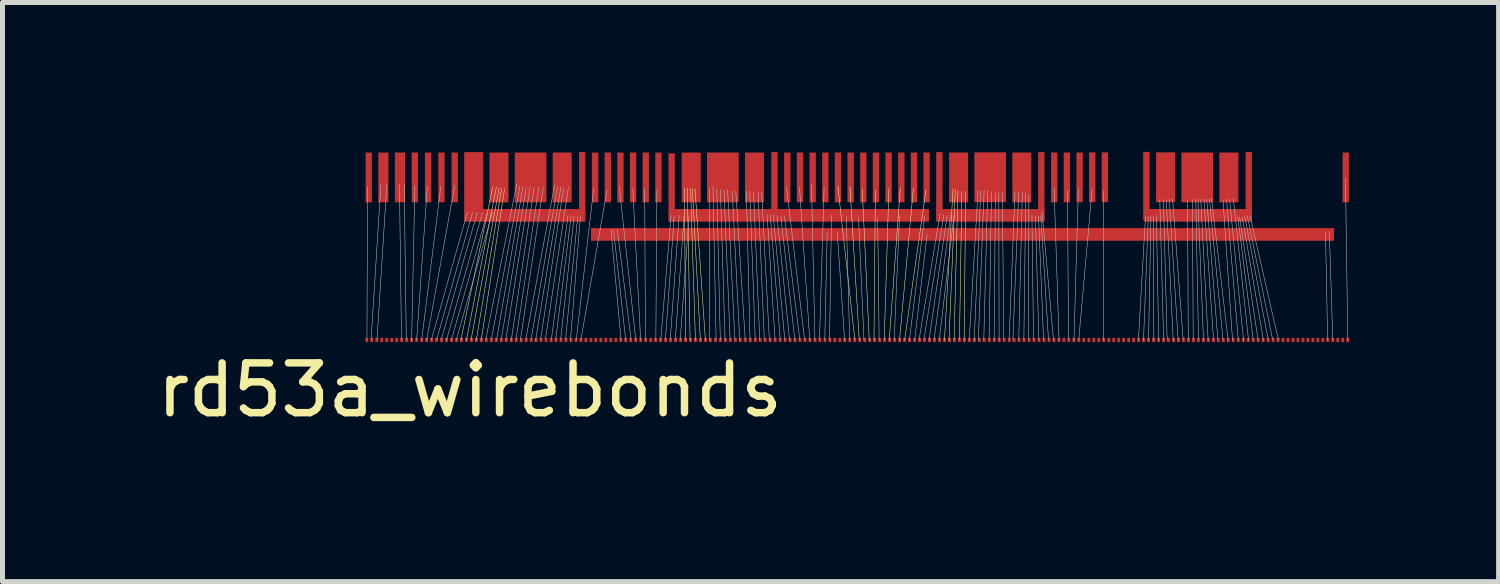
<source format=kicad_pcb>
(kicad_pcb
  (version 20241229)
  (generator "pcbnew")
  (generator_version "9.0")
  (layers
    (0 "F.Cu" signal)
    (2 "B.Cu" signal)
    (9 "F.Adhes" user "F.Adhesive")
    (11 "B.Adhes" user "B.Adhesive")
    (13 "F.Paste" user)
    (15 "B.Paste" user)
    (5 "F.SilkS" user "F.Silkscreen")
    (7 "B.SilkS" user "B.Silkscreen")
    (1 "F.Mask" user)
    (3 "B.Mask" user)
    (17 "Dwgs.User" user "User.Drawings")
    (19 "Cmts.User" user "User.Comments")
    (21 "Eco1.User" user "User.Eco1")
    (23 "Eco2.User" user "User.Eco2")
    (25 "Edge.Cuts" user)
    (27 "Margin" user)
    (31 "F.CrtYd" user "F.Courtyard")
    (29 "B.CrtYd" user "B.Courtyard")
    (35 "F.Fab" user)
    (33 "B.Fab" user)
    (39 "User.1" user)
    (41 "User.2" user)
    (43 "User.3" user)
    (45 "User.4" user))
  (footprint "rd53a_wirebonds"
    (layer "F.Cu")
    (at 4.342 2.113)
    (property "Reference" "rd53a_wirebonds" (at 2.045 2.67 0) (layer "F.SilkS") (effects (font (size 1 1) (thickness 0.15))))
    (attr through_hole)
    (fp_line (start 1.864 1.664) (end 2.507 -1.42) (stroke (width 0.01) (type solid)) (layer "F.SilkS"))
    (fp_line (start 1.976 1.664) (end 2.576 -1.41) (stroke (width 0.01) (type solid)) (layer "F.SilkS"))
    (fp_line (start 2.068 1.661) (end 2.634 -1.392) (stroke (width 0.01) (type solid)) (layer "F.SilkS"))
    (fp_line (start 2.174 1.661) (end 2.682 -1.377) (stroke (width 0.01) (type solid)) (layer "F.SilkS"))
    (fp_line (start 2.273 1.661) (end 2.741 -1.372) (stroke (width 0.01) (type solid)) (layer "F.SilkS"))
    (fp_line (start 6.378 1.671) (end 6.353 -1.392) (stroke (width 0.01) (type solid)) (layer "F.SilkS"))
    (fp_line (start 6.467 1.666) (end 6.411 -1.387) (stroke (width 0.01) (type solid)) (layer "F.SilkS"))
    (fp_line (start 6.574 1.664) (end 6.477 -1.377) (stroke (width 0.01) (type solid)) (layer "F.SilkS"))
    (fp_line (start 6.673 1.664) (end 6.513 -1.374) (stroke (width 0.01) (type solid)) (layer "F.SilkS"))
    (fp_line (start 6.774 1.666) (end 6.566 -1.367) (stroke (width 0.01) (type solid)) (layer "F.SilkS"))
    (fp_line (start 9.776 1.661) (end 9.434 -1.425) (stroke (width 0.01) (type solid)) (layer "F.SilkS"))
    (fp_line (start 9.865 1.674) (end 9.677 -1.412) (stroke (width 0.01) (type solid)) (layer "F.SilkS"))
    (fp_line (start 10.066 1.679) (end 9.924 -1.367) (stroke (width 0.01) (type solid)) (layer "F.SilkS"))
    (fp_line (start 10.16 1.679) (end 10.188 -1.351) (stroke (width 0.01) (type solid)) (layer "F.SilkS"))
    (fp_line (start 10.366 1.664) (end 10.46 -1.382) (stroke (width 0.01) (type solid)) (layer "F.SilkS"))
    (fp_line (start 10.467 1.671) (end 10.688 -1.377) (stroke (width 0.01) (type solid)) (layer "F.SilkS"))
    (fp_line (start 10.673 1.671) (end 10.952 -1.387) (stroke (width 0.01) (type solid)) (layer "F.SilkS"))
    (fp_line (start 10.777 1.661) (end 11.204 -1.349) (stroke (width 0.01) (type solid)) (layer "F.SilkS"))
    (fp_line (start 11.575 1.674) (end 11.748 -1.372) (stroke (width 0.01) (type solid)) (layer "F.SilkS"))
    (fp_line (start 11.666 1.684) (end 11.793 -1.361) (stroke (width 0.01) (type solid)) (layer "F.SilkS"))
    (fp_line (start 11.768 1.661) (end 11.847 -1.339) (stroke (width 0.01) (type solid)) (layer "F.SilkS"))
    (fp_line (start 11.877 1.661) (end 11.925 -1.316) (stroke (width 0.01) (type solid)) (layer "F.SilkS"))
    (fp_line (start 11.971 1.664) (end 12.002 -1.316) (stroke (width 0.01) (type solid)) (layer "F.SilkS"))
    (fp_line (start -0.023 1.651) (end -0.01 -1.417) (stroke (width 0.01) (type solid)) (layer "Dwgs.User"))
    (fp_line (start 0.061 1.656) (end 0.257 -1.45) (stroke (width 0.01) (type solid)) (layer "Dwgs.User"))
    (fp_line (start 0.18 1.656) (end 0.376 -1.45) (stroke (width 0.01) (type solid)) (layer "Dwgs.User"))
    (fp_line (start 0.671 1.651) (end 0.63 -1.455) (stroke (width 0.01) (type solid)) (layer "Dwgs.User"))
    (fp_line (start 0.767 1.654) (end 0.726 -1.453) (stroke (width 0.01) (type solid)) (layer "Dwgs.User"))
    (fp_line (start 0.874 1.681) (end 0.94 -1.427) (stroke (width 0.01) (type solid)) (layer "Dwgs.User"))
    (fp_line (start 0.975 1.664) (end 1.191 -1.427) (stroke (width 0.01) (type solid)) (layer "Dwgs.User"))
    (fp_line (start 1.077 1.661) (end 1.463 -1.427) (stroke (width 0.01) (type solid)) (layer "Dwgs.User"))
    (fp_line (start 1.179 1.661) (end 1.74 -1.438) (stroke (width 0.01) (type solid)) (layer "Dwgs.User"))
    (fp_line (start 1.273 1.656) (end 1.994 -0.897) (stroke (width 0.01) (type solid)) (layer "Dwgs.User"))
    (fp_line (start 1.377 1.661) (end 2.098 -0.892) (stroke (width 0.01) (type solid)) (layer "Dwgs.User"))
    (fp_line (start 1.471 1.656) (end 2.192 -0.897) (stroke (width 0.01) (type solid)) (layer "Dwgs.User"))
    (fp_line (start 1.575 1.664) (end 2.296 -0.889) (stroke (width 0.01) (type solid)) (layer "Dwgs.User"))
    (fp_line (start 1.674 1.661) (end 2.395 -0.892) (stroke (width 0.01) (type solid)) (layer "Dwgs.User"))
    (fp_line (start 1.773 1.664) (end 2.494 -0.889) (stroke (width 0.01) (type solid)) (layer "Dwgs.User"))
    (fp_line (start 2.362 1.666) (end 2.985 -1.466) (stroke (width 0.01) (type solid)) (layer "Dwgs.User"))
    (fp_line (start 2.477 1.651) (end 3.048 -1.422) (stroke (width 0.01) (type solid)) (layer "Dwgs.User"))
    (fp_line (start 2.581 1.664) (end 3.111 -1.415) (stroke (width 0.01) (type solid)) (layer "Dwgs.User"))
    (fp_line (start 2.672 1.676) (end 3.178 -1.407) (stroke (width 0.01) (type solid)) (layer "Dwgs.User"))
    (fp_line (start 2.764 1.671) (end 3.256 -1.415) (stroke (width 0.01) (type solid)) (layer "Dwgs.User"))
    (fp_line (start 2.875 1.676) (end 3.335 -1.4) (stroke (width 0.01) (type solid)) (layer "Dwgs.User"))
    (fp_line (start 2.969 1.669) (end 3.429 -1.407) (stroke (width 0.01) (type solid)) (layer "Dwgs.User"))
    (fp_line (start 3.058 1.674) (end 3.518 -1.402) (stroke (width 0.01) (type solid)) (layer "Dwgs.User"))
    (fp_line (start 3.167 1.656) (end 3.744 -1.44) (stroke (width 0.01) (type solid)) (layer "Dwgs.User"))
    (fp_line (start 3.274 1.651) (end 3.805 -1.412) (stroke (width 0.01) (type solid)) (layer "Dwgs.User"))
    (fp_line (start 3.363 1.676) (end 3.873 -1.412) (stroke (width 0.01) (type solid)) (layer "Dwgs.User"))
    (fp_line (start 3.465 1.656) (end 3.927 -1.392) (stroke (width 0.01) (type solid)) (layer "Dwgs.User"))
    (fp_line (start 3.561 1.651) (end 4.023 -1.397) (stroke (width 0.01) (type solid)) (layer "Dwgs.User"))
    (fp_line (start 3.68 1.659) (end 4.016 -0.831) (stroke (width 0.01) (type solid)) (layer "Dwgs.User"))
    (fp_line (start 3.767 1.669) (end 4.079 -0.826) (stroke (width 0.01) (type solid)) (layer "Dwgs.User"))
    (fp_line (start 3.868 1.651) (end 4.138 -0.82) (stroke (width 0.01) (type solid)) (layer "Dwgs.User"))
    (fp_line (start 3.965 1.656) (end 4.211 -0.815) (stroke (width 0.01) (type solid)) (layer "Dwgs.User"))
    (fp_line (start 4.064 1.671) (end 4.265 -0.823) (stroke (width 0.01) (type solid)) (layer "Dwgs.User"))
    (fp_line (start 4.181 1.659) (end 4.531 -1.379) (stroke (width 0.01) (type solid)) (layer "Dwgs.User"))
    (fp_line (start 4.275 1.656) (end 4.798 -1.346) (stroke (width 0.01) (type solid)) (layer "Dwgs.User"))
    (fp_line (start 5.08 1.661) (end 4.877 -0.559) (stroke (width 0.01) (type solid)) (layer "Dwgs.User"))
    (fp_line (start 5.174 1.664) (end 4.928 -0.559) (stroke (width 0.01) (type solid)) (layer "Dwgs.User"))
    (fp_line (start 5.283 1.659) (end 5.004 -0.559) (stroke (width 0.01) (type solid)) (layer "Dwgs.User"))
    (fp_line (start 5.377 1.669) (end 5.044 -1.415) (stroke (width 0.01) (type solid)) (layer "Dwgs.User"))
    (fp_line (start 5.474 1.669) (end 5.316 -1.379) (stroke (width 0.01) (type solid)) (layer "Dwgs.User"))
    (fp_line (start 5.57 1.661) (end 5.555 -1.374) (stroke (width 0.01) (type solid)) (layer "Dwgs.User"))
    (fp_line (start 5.779 1.661) (end 5.801 -1.356) (stroke (width 0.01) (type solid)) (layer "Dwgs.User"))
    (fp_line (start 5.878 1.661) (end 6.086 -0.841) (stroke (width 0.01) (type solid)) (layer "Dwgs.User"))
    (fp_line (start 5.972 1.661) (end 6.149 -0.836) (stroke (width 0.01) (type solid)) (layer "Dwgs.User"))
    (fp_line (start 6.068 1.661) (end 6.246 -0.836) (stroke (width 0.01) (type solid)) (layer "Dwgs.User"))
    (fp_line (start 6.17 1.661) (end 6.347 -0.836) (stroke (width 0.01) (type solid)) (layer "Dwgs.User"))
    (fp_line (start 6.269 1.669) (end 6.447 -0.828) (stroke (width 0.01) (type solid)) (layer "Dwgs.User"))
    (fp_line (start 6.855 1.679) (end 6.858 -1.394) (stroke (width 0.01) (type solid)) (layer "Dwgs.User"))
    (fp_line (start 6.99 1.666) (end 6.927 -1.417) (stroke (width 0.01) (type solid)) (layer "Dwgs.User"))
    (fp_line (start 7.074 1.666) (end 7.003 -1.372) (stroke (width 0.01) (type solid)) (layer "Dwgs.User"))
    (fp_line (start 7.17 1.671) (end 7.076 -1.359) (stroke (width 0.01) (type solid)) (layer "Dwgs.User"))
    (fp_line (start 7.272 1.671) (end 7.148 -1.344) (stroke (width 0.01) (type solid)) (layer "Dwgs.User"))
    (fp_line (start 7.366 1.661) (end 7.221 -1.339) (stroke (width 0.01) (type solid)) (layer "Dwgs.User"))
    (fp_line (start 7.463 1.671) (end 7.313 -1.331) (stroke (width 0.01) (type solid)) (layer "Dwgs.User"))
    (fp_line (start 7.574 1.659) (end 7.386 -1.318) (stroke (width 0.01) (type solid)) (layer "Dwgs.User"))
    (fp_line (start 7.671 1.666) (end 7.597 -1.323) (stroke (width 0.01) (type solid)) (layer "Dwgs.User"))
    (fp_line (start 7.775 1.656) (end 7.666 -1.313) (stroke (width 0.01) (type solid)) (layer "Dwgs.User"))
    (fp_line (start 7.866 1.666) (end 7.742 -1.306) (stroke (width 0.01) (type solid)) (layer "Dwgs.User"))
    (fp_line (start 7.958 1.666) (end 7.831 -1.306) (stroke (width 0.01) (type solid)) (layer "Dwgs.User"))
    (fp_line (start 8.059 1.666) (end 7.904 -1.313) (stroke (width 0.01) (type solid)) (layer "Dwgs.User"))
    (fp_line (start 8.174 1.661) (end 8.014 -0.856) (stroke (width 0.01) (type solid)) (layer "Dwgs.User"))
    (fp_line (start 8.278 1.656) (end 8.077 -0.843) (stroke (width 0.01) (type solid)) (layer "Dwgs.User"))
    (fp_line (start 8.369 1.661) (end 8.138 -0.843) (stroke (width 0.01) (type solid)) (layer "Dwgs.User"))
    (fp_line (start 8.466 1.671) (end 8.212 -0.833) (stroke (width 0.01) (type solid)) (layer "Dwgs.User"))
    (fp_line (start 8.572 1.666) (end 8.289 -0.814) (stroke (width 0.01) (type solid)) (layer "Dwgs.User"))
    (fp_line (start 8.67 1.66) (end 8.362 -0.815) (stroke (width 0.01) (type solid)) (layer "Dwgs.User"))
    (fp_line (start 8.768 1.671) (end 8.402 -1.417) (stroke (width 0.01) (type solid)) (layer "Dwgs.User"))
    (fp_line (start 8.872 1.684) (end 8.664 -1.405) (stroke (width 0.01) (type solid)) (layer "Dwgs.User"))
    (fp_line (start 8.974 1.664) (end 8.905 -1.466) (stroke (width 0.01) (type solid)) (layer "Dwgs.User"))
    (fp_line (start 9.065 1.661) (end 9.159 -1.397) (stroke (width 0.01) (type solid)) (layer "Dwgs.User"))
    (fp_line (start 9.172 1.664) (end 9.22 -0.483) (stroke (width 0.01) (type solid)) (layer "Dwgs.User"))
    (fp_line (start 9.268 1.666) (end 9.307 -0.848) (stroke (width 0.01) (type solid)) (layer "Dwgs.User"))
    (fp_line (start 9.571 1.674) (end 9.423 -0.483) (stroke (width 0.01) (type solid)) (layer "Dwgs.User"))
    (fp_line (start 9.672 1.659) (end 9.604 -0.808) (stroke (width 0.01) (type solid)) (layer "Dwgs.User"))
    (fp_line (start 9.959 1.671) (end 9.85 -0.792) (stroke (width 0.01) (type solid)) (layer "Dwgs.User"))
    (fp_line (start 10.264 1.671) (end 10.234 -0.787) (stroke (width 0.01) (type solid)) (layer "Dwgs.User"))
    (fp_line (start 10.566 1.671) (end 10.673 -0.823) (stroke (width 0.01) (type solid)) (layer "Dwgs.User"))
    (fp_line (start 10.871 1.676) (end 11.176 -0.813) (stroke (width 0.01) (type solid)) (layer "Dwgs.User"))
    (fp_line (start 10.978 1.659) (end 11.227 -0.457) (stroke (width 0.01) (type solid)) (layer "Dwgs.User"))
    (fp_line (start 11.064 1.666) (end 11.488 -0.869) (stroke (width 0.01) (type solid)) (layer "Dwgs.User"))
    (fp_line (start 11.163 1.659) (end 11.562 -0.851) (stroke (width 0.01) (type solid)) (layer "Dwgs.User"))
    (fp_line (start 11.265 1.666) (end 11.631 -0.843) (stroke (width 0.01) (type solid)) (layer "Dwgs.User"))
    (fp_line (start 11.367 1.659) (end 11.699 -0.843) (stroke (width 0.01) (type solid)) (layer "Dwgs.User"))
    (fp_line (start 11.471 1.661) (end 11.768 -0.833) (stroke (width 0.01) (type solid)) (layer "Dwgs.User"))
    (fp_line (start 12.073 1.669) (end 12.25 -1.339) (stroke (width 0.01) (type solid)) (layer "Dwgs.User"))
    (fp_line (start 12.172 1.684) (end 12.304 -1.323) (stroke (width 0.01) (type solid)) (layer "Dwgs.User"))
    (fp_line (start 12.255 1.669) (end 12.372 -1.346) (stroke (width 0.01) (type solid)) (layer "Dwgs.User"))
    (fp_line (start 12.365 1.669) (end 12.443 -1.331) (stroke (width 0.01) (type solid)) (layer "Dwgs.User"))
    (fp_line (start 12.472 1.661) (end 12.52 -1.316) (stroke (width 0.01) (type solid)) (layer "Dwgs.User"))
    (fp_line (start 12.574 1.669) (end 12.598 -1.292) (stroke (width 0.01) (type solid)) (layer "Dwgs.User"))
    (fp_line (start 12.673 1.669) (end 12.667 -1.293) (stroke (width 0.01) (type solid)) (layer "Dwgs.User"))
    (fp_line (start 12.767 1.653) (end 12.738 -1.285) (stroke (width 0.01) (type solid)) (layer "Dwgs.User"))
    (fp_line (start 12.874 1.669) (end 12.992 -1.316) (stroke (width 0.01) (type solid)) (layer "Dwgs.User"))
    (fp_line (start 12.95 1.669) (end 13.068 -1.316) (stroke (width 0.01) (type solid)) (layer "Dwgs.User"))
    (fp_line (start 13.067 1.676) (end 13.139 -1.293) (stroke (width 0.01) (type solid)) (layer "Dwgs.User"))
    (fp_line (start 13.17 1.656) (end 13.208 -1.285) (stroke (width 0.01) (type solid)) (layer "Dwgs.User"))
    (fp_line (start 13.264 1.664) (end 13.271 -1.246) (stroke (width 0.01) (type solid)) (layer "Dwgs.User"))
    (fp_line (start 13.364 1.664) (end 13.332 -0.843) (stroke (width 0.01) (type solid)) (layer "Dwgs.User"))
    (fp_line (start 13.473 1.671) (end 13.402 -0.82) (stroke (width 0.01) (type solid)) (layer "Dwgs.User"))
    (fp_line (start 13.566 1.663) (end 13.465 -0.82) (stroke (width 0.01) (type solid)) (layer "Dwgs.User"))
    (fp_line (start 13.665 1.663) (end 13.51 -0.836) (stroke (width 0.01) (type solid)) (layer "Dwgs.User"))
    (fp_line (start 13.766 1.671) (end 13.533 -0.93) (stroke (width 0.01) (type solid)) (layer "Dwgs.User"))
    (fp_line (start 13.877 1.663) (end 13.777 -1.392) (stroke (width 0.01) (type solid)) (layer "Dwgs.User"))
    (fp_line (start 14.067 1.659) (end 14.046 -1.346) (stroke (width 0.01) (type solid)) (layer "Dwgs.User"))
    (fp_line (start 14.176 1.674) (end 14.265 -1.367) (stroke (width 0.01) (type solid)) (layer "Dwgs.User"))
    (fp_line (start 14.272 1.669) (end 14.541 -1.367) (stroke (width 0.01) (type solid)) (layer "Dwgs.User"))
    (fp_line (start 14.765 1.671) (end 14.773 -1.333) (stroke (width 0.01) (type solid)) (layer "Dwgs.User"))
    (fp_line (start 15.471 1.661) (end 15.613 -0.815) (stroke (width 0.01) (type solid)) (layer "Dwgs.User"))
    (fp_line (start 15.573 1.669) (end 15.669 -0.808) (stroke (width 0.01) (type solid)) (layer "Dwgs.User"))
    (fp_line (start 15.674 1.661) (end 15.723 -0.826) (stroke (width 0.01) (type solid)) (layer "Dwgs.User"))
    (fp_line (start 15.781 1.664) (end 15.768 -0.815) (stroke (width 0.01) (type solid)) (layer "Dwgs.User"))
    (fp_line (start 15.878 1.669) (end 15.832 -0.833) (stroke (width 0.01) (type solid)) (layer "Dwgs.User"))
    (fp_line (start 15.977 1.664) (end 15.9 -1.156) (stroke (width 0.01) (type solid)) (layer "Dwgs.User"))
    (fp_line (start 16.048 1.659) (end 15.972 -1.153) (stroke (width 0.01) (type solid)) (layer "Dwgs.User"))
    (fp_line (start 16.17 1.669) (end 16.03 -1.153) (stroke (width 0.01) (type solid)) (layer "Dwgs.User"))
    (fp_line (start 16.269 1.674) (end 16.091 -1.156) (stroke (width 0.01) (type solid)) (layer "Dwgs.User"))
    (fp_line (start 16.37 1.661) (end 16.157 -1.166) (stroke (width 0.01) (type solid)) (layer "Dwgs.User"))
    (fp_line (start 16.472 1.651) (end 16.457 -1.161) (stroke (width 0.01) (type solid)) (layer "Dwgs.User"))
    (fp_line (start 16.571 1.656) (end 16.556 -1.153) (stroke (width 0.01) (type solid)) (layer "Dwgs.User"))
    (fp_line (start 16.678 1.656) (end 16.622 -1.156) (stroke (width 0.01) (type solid)) (layer "Dwgs.User"))
    (fp_line (start 16.777 1.664) (end 16.665 -1.171) (stroke (width 0.01) (type solid)) (layer "Dwgs.User"))
    (fp_line (start 16.871 1.669) (end 16.723 -1.156) (stroke (width 0.01) (type solid)) (layer "Dwgs.User"))
    (fp_line (start 16.98 1.666) (end 16.787 -1.166) (stroke (width 0.01) (type solid)) (layer "Dwgs.User"))
    (fp_line (start 17.066 1.654) (end 16.843 -1.163) (stroke (width 0.01) (type solid)) (layer "Dwgs.User"))
    (fp_line (start 17.17 1.659) (end 16.896 -1.173) (stroke (width 0.01) (type solid)) (layer "Dwgs.User"))
    (fp_line (start 17.272 1.669) (end 16.939 -1.179) (stroke (width 0.01) (type solid)) (layer "Dwgs.User"))
    (fp_line (start 17.361 1.669) (end 17.17 -1.14) (stroke (width 0.01) (type solid)) (layer "Dwgs.User"))
    (fp_line (start 17.478 1.671) (end 17.239 -1.166) (stroke (width 0.01) (type solid)) (layer "Dwgs.User"))
    (fp_line (start 17.582 1.669) (end 17.3 -1.166) (stroke (width 0.01) (type solid)) (layer "Dwgs.User"))
    (fp_line (start 17.683 1.674) (end 17.376 -1.181) (stroke (width 0.01) (type solid)) (layer "Dwgs.User"))
    (fp_line (start 17.777 1.671) (end 17.468 -0.795) (stroke (width 0.01) (type solid)) (layer "Dwgs.User"))
    (fp_line (start 17.874 1.666) (end 17.503 -0.803) (stroke (width 0.01) (type solid)) (layer "Dwgs.User"))
    (fp_line (start 17.981 1.661) (end 17.556 -0.805) (stroke (width 0.01) (type solid)) (layer "Dwgs.User"))
    (fp_line (start 18.077 1.661) (end 17.607 -0.82) (stroke (width 0.01) (type solid)) (layer "Dwgs.User"))
    (fp_line (start 18.166 1.656) (end 17.656 -0.831) (stroke (width 0.01) (type solid)) (layer "Dwgs.User"))
    (fp_line (start 18.283 1.666) (end 17.709 -0.838) (stroke (width 0.01) (type solid)) (layer "Dwgs.User"))
    (fp_line (start 19.271 1.664) (end 19.228 -0.483) (stroke (width 0.01) (type solid)) (layer "Dwgs.User"))
    (fp_line (start 19.375 1.664) (end 19.304 -0.508) (stroke (width 0.01) (type solid)) (layer "Dwgs.User"))
    (fp_line (start 19.675 1.661) (end 19.629 -1.587) (stroke (width 0.01) (type solid)) (layer "Dwgs.User"))
    (pad "1" smd rect (at -0.025 1.664) (size 0.058 0.086) (layers "F.Cu" "F.Mask" "F.Paste"))
    (pad "1" smd rect (at 0.013 -1.6) (size 0.127 1) (layers "F.Cu" "F.Mask" "F.Paste"))
    (pad "2" smd rect (at 0.075 1.664) (size 0.058 0.086) (layers "F.Cu" "F.Mask" "F.Paste"))
    (pad "2" smd rect (at 0.307 -1.6) (size 0.203 1) (layers "F.Cu" "F.Mask" "F.Paste"))
    (pad "3" smd rect (at 0.175 1.664) (size 0.058 0.086) (layers "F.Cu" "F.Mask" "F.Paste"))
    (pad "4" smd rect (at 0.275 1.664) (size 0.058 0.086) (layers "F.Cu" "F.Mask" "F.Paste"))
    (pad "5" smd rect (at 0.375 1.664) (size 0.058 0.086) (layers "F.Cu" "F.Mask" "F.Paste"))
    (pad "6" smd rect (at 0.475 1.664) (size 0.058 0.086) (layers "F.Cu" "F.Mask" "F.Paste"))
    (pad "7" smd rect (at 0.575 1.664) (size 0.058 0.086) (layers "F.Cu" "F.Mask" "F.Paste"))
    (pad "8" smd rect (at 0.64 -1.6) (size 0.203 1) (layers "F.Cu" "F.Mask" "F.Paste"))
    (pad "8" smd rect (at 0.675 1.664) (size 0.058 0.086) (layers "F.Cu" "F.Mask" "F.Paste"))
    (pad "9" smd rect (at 0.775 1.664) (size 0.058 0.086) (layers "F.Cu" "F.Mask" "F.Paste"))
    (pad "10" smd rect (at 0.875 1.664) (size 0.058 0.086) (layers "F.Cu" "F.Mask" "F.Paste"))
    (pad "10" smd rect (at 0.94 -1.6) (size 0.127 1) (layers "F.Cu" "F.Mask" "F.Paste"))
    (pad "11" smd rect (at 0.975 1.664) (size 0.058 0.086) (layers "F.Cu" "F.Mask" "F.Paste"))
    (pad "11" smd rect (at 1.206 -1.6) (size 0.127 1) (layers "F.Cu" "F.Mask" "F.Paste"))
    (pad "12" smd rect (at 1.075 1.664) (size 0.058 0.086) (layers "F.Cu" "F.Mask" "F.Paste"))
    (pad "12" smd rect (at 1.473 -1.6) (size 0.127 1) (layers "F.Cu" "F.Mask" "F.Paste"))
    (pad "13" smd rect (at 1.175 1.664) (size 0.058 0.086) (layers "F.Cu" "F.Mask" "F.Paste"))
    (pad "13" smd rect (at 1.74 -1.6) (size 0.127 1) (layers "F.Cu" "F.Mask" "F.Paste"))
    (pad "14" smd rect (at 1.275 1.664) (size 0.058 0.086) (layers "F.Cu" "F.Mask" "F.Paste"))
    (pad "14" smd rect (at 2.121 -1.422) (size 0.381 1.372) (layers "F.Cu" "F.Mask" "F.Paste"))
    (pad "14" smd rect (at 3.15 -0.838) (size 2.426 0.254) (layers "F.Cu" "F.Mask" "F.Paste"))
    (pad "14" smd rect (at 4.3 -1.422) (size 0.127 1.372) (layers "F.Cu" "F.Mask" "F.Paste"))
    (pad "14" smd rect (at 6.096 -1.397) (size 0.127 1.372) (layers "F.Cu" "F.Mask" "F.Paste"))
    (pad "14" smd rect (at 8.161 -1.422) (size 0.127 1.372) (layers "F.Cu" "F.Mask" "F.Paste"))
    (pad "14" smd rect (at 8.661 -0.838) (size 5.207 0.254) (layers "F.Cu" "F.Mask" "F.Paste"))
    (pad "14" smd rect (at 11.473 -1.422) (size 0.127 1.372) (layers "F.Cu" "F.Mask" "F.Paste"))
    (pad "14" smd rect (at 12.499 -0.838) (size 2.169 0.254) (layers "F.Cu" "F.Mask" "F.Paste"))
    (pad "14" smd rect (at 13.52 -1.422) (size 0.127 1.372) (layers "F.Cu" "F.Mask" "F.Paste"))
    (pad "14" smd rect (at 15.631 -1.427) (size 0.127 1.372) (layers "F.Cu" "F.Mask" "F.Paste"))
    (pad "14" smd rect (at 16.665 -0.838) (size 2.169 0.254) (layers "F.Cu" "F.Mask" "F.Paste"))
    (pad "14" smd rect (at 17.686 -1.427) (size 0.127 1.372) (layers "F.Cu" "F.Mask" "F.Paste"))
    (pad "15" smd rect (at 1.375 1.664) (size 0.058 0.086) (layers "F.Cu" "F.Mask" "F.Paste"))
    (pad "16" smd rect (at 1.475 1.664) (size 0.058 0.086) (layers "F.Cu" "F.Mask" "F.Paste"))
    (pad "17" smd rect (at 1.575 1.664) (size 0.058 0.086) (layers "F.Cu" "F.Mask" "F.Paste"))
    (pad "18" smd rect (at 1.675 1.664) (size 0.058 0.086) (layers "F.Cu" "F.Mask" "F.Paste"))
    (pad "19" smd rect (at 1.775 1.664) (size 0.058 0.086) (layers "F.Cu" "F.Mask" "F.Paste"))
    (pad "20" smd rect (at 1.875 1.664) (size 0.058 0.086) (layers "F.Cu" "F.Mask" "F.Paste"))
    (pad "20" smd rect (at 2.629 -1.6) (size 0.381 1) (layers "F.Cu" "F.Mask" "F.Paste"))
    (pad "21" smd rect (at 1.975 1.664) (size 0.058 0.086) (layers "F.Cu" "F.Mask" "F.Paste"))
    (pad "22" smd rect (at 2.075 1.664) (size 0.058 0.086) (layers "F.Cu" "F.Mask" "F.Paste"))
    (pad "23" smd rect (at 2.175 1.664) (size 0.058 0.086) (layers "F.Cu" "F.Mask" "F.Paste"))
    (pad "24" smd rect (at 2.275 1.664) (size 0.058 0.086) (layers "F.Cu" "F.Mask" "F.Paste"))
    (pad "25" smd rect (at 2.375 1.664) (size 0.058 0.086) (layers "F.Cu" "F.Mask" "F.Paste"))
    (pad "25" smd rect (at 3.264 -1.6) (size 0.635 1) (layers "F.Cu" "F.Mask" "F.Paste"))
    (pad "26" smd rect (at 2.475 1.664) (size 0.058 0.086) (layers "F.Cu" "F.Mask" "F.Paste"))
    (pad "27" smd rect (at 2.575 1.664) (size 0.058 0.086) (layers "F.Cu" "F.Mask" "F.Paste"))
    (pad "28" smd rect (at 2.675 1.664) (size 0.058 0.086) (layers "F.Cu" "F.Mask" "F.Paste"))
    (pad "29" smd rect (at 2.775 1.664) (size 0.058 0.086) (layers "F.Cu" "F.Mask" "F.Paste"))
    (pad "30" smd rect (at 2.875 1.664) (size 0.058 0.086) (layers "F.Cu" "F.Mask" "F.Paste"))
    (pad "31" smd rect (at 2.975 1.664) (size 0.058 0.086) (layers "F.Cu" "F.Mask" "F.Paste"))
    (pad "32" smd rect (at 3.075 1.664) (size 0.058 0.086) (layers "F.Cu" "F.Mask" "F.Paste"))
    (pad "33" smd rect (at 3.175 1.664) (size 0.058 0.086) (layers "F.Cu" "F.Mask" "F.Paste"))
    (pad "33" smd rect (at 3.899 -1.6) (size 0.381 1) (layers "F.Cu" "F.Mask" "F.Paste"))
    (pad "33" smd rect (at 11.938 -0.455) (size 14.923 0.254) (layers "F.Cu" "F.Mask" "F.Paste"))
    (pad "34" smd rect (at 3.275 1.664) (size 0.058 0.086) (layers "F.Cu" "F.Mask" "F.Paste"))
    (pad "35" smd rect (at 3.375 1.664) (size 0.058 0.086) (layers "F.Cu" "F.Mask" "F.Paste"))
    (pad "36" smd rect (at 3.475 1.664) (size 0.058 0.086) (layers "F.Cu" "F.Mask" "F.Paste"))
    (pad "37" smd rect (at 3.575 1.664) (size 0.058 0.086) (layers "F.Cu" "F.Mask" "F.Paste"))
    (pad "38" smd rect (at 3.675 1.664) (size 0.058 0.086) (layers "F.Cu" "F.Mask" "F.Paste"))
    (pad "39" smd rect (at 3.775 1.664) (size 0.058 0.086) (layers "F.Cu" "F.Mask" "F.Paste"))
    (pad "40" smd rect (at 3.875 1.664) (size 0.058 0.086) (layers "F.Cu" "F.Mask" "F.Paste"))
    (pad "41" smd rect (at 3.975 1.664) (size 0.058 0.086) (layers "F.Cu" "F.Mask" "F.Paste"))
    (pad "42" smd rect (at 4.075 1.664) (size 0.058 0.086) (layers "F.Cu" "F.Mask" "F.Paste"))
    (pad "43" smd rect (at 4.175 1.664) (size 0.058 0.086) (layers "F.Cu" "F.Mask" "F.Paste"))
    (pad "43" smd rect (at 4.559 -1.6) (size 0.127 1) (layers "F.Cu" "F.Mask" "F.Paste"))
    (pad "44" smd rect (at 4.275 1.664) (size 0.058 0.086) (layers "F.Cu" "F.Mask" "F.Paste"))
    (pad "44" smd rect (at 4.814 -1.6) (size 0.127 1) (layers "F.Cu" "F.Mask" "F.Paste"))
    (pad "45" smd rect (at 4.375 1.664) (size 0.058 0.086) (layers "F.Cu" "F.Mask" "F.Paste"))
    (pad "46" smd rect (at 4.475 1.664) (size 0.058 0.086) (layers "F.Cu" "F.Mask" "F.Paste"))
    (pad "47" smd rect (at 4.575 1.664) (size 0.058 0.086) (layers "F.Cu" "F.Mask" "F.Paste"))
    (pad "48" smd rect (at 4.675 1.664) (size 0.058 0.086) (layers "F.Cu" "F.Mask" "F.Paste"))
    (pad "49" smd rect (at 4.775 1.664) (size 0.058 0.086) (layers "F.Cu" "F.Mask" "F.Paste"))
    (pad "50" smd rect (at 4.875 1.664) (size 0.058 0.086) (layers "F.Cu" "F.Mask" "F.Paste"))
    (pad "51" smd rect (at 4.975 1.664) (size 0.058 0.086) (layers "F.Cu" "F.Mask" "F.Paste"))
    (pad "52" smd rect (at 5.075 1.664) (size 0.058 0.086) (layers "F.Cu" "F.Mask" "F.Paste"))
    (pad "53" smd rect (at 5.175 1.664) (size 0.058 0.086) (layers "F.Cu" "F.Mask" "F.Paste"))
    (pad "54" smd rect (at 5.275 1.664) (size 0.058 0.086) (layers "F.Cu" "F.Mask" "F.Paste"))
    (pad "55" smd rect (at 5.068 -1.6) (size 0.127 1) (layers "F.Cu" "F.Mask" "F.Paste"))
    (pad "55" smd rect (at 5.375 1.664) (size 0.058 0.086) (layers "F.Cu" "F.Mask" "F.Paste"))
    (pad "56" smd rect (at 5.322 -1.6) (size 0.127 1) (layers "F.Cu" "F.Mask" "F.Paste"))
    (pad "56" smd rect (at 5.475 1.664) (size 0.058 0.086) (layers "F.Cu" "F.Mask" "F.Paste"))
    (pad "57" smd rect (at 5.575 1.664) (size 0.058 0.086) (layers "F.Cu" "F.Mask" "F.Paste"))
    (pad "57" smd rect (at 5.576 -1.6) (size 0.127 1) (layers "F.Cu" "F.Mask" "F.Paste"))
    (pad "58" smd rect (at 5.675 1.664) (size 0.058 0.086) (layers "F.Cu" "F.Mask" "F.Paste"))
    (pad "59" smd rect (at 5.775 1.664) (size 0.058 0.086) (layers "F.Cu" "F.Mask" "F.Paste"))
    (pad "59" smd rect (at 5.831 -1.6) (size 0.127 1) (layers "F.Cu" "F.Mask" "F.Paste"))
    (pad "60" smd rect (at 5.875 1.664) (size 0.058 0.086) (layers "F.Cu" "F.Mask" "F.Paste"))
    (pad "61" smd rect (at 5.975 1.664) (size 0.058 0.086) (layers "F.Cu" "F.Mask" "F.Paste"))
    (pad "62" smd rect (at 6.075 1.664) (size 0.058 0.086) (layers "F.Cu" "F.Mask" "F.Paste"))
    (pad "63" smd rect (at 6.175 1.664) (size 0.058 0.086) (layers "F.Cu" "F.Mask" "F.Paste"))
    (pad "64" smd rect (at 6.275 1.664) (size 0.058 0.086) (layers "F.Cu" "F.Mask" "F.Paste"))
    (pad "65" smd rect (at 6.375 1.664) (size 0.058 0.086) (layers "F.Cu" "F.Mask" "F.Paste"))
    (pad "65" smd rect (at 6.49 -1.6) (size 0.381 1) (layers "F.Cu" "F.Mask" "F.Paste"))
    (pad "66" smd rect (at 6.475 1.664) (size 0.058 0.086) (layers "F.Cu" "F.Mask" "F.Paste"))
    (pad "67" smd rect (at 6.575 1.664) (size 0.058 0.086) (layers "F.Cu" "F.Mask" "F.Paste"))
    (pad "68" smd rect (at 6.675 1.664) (size 0.058 0.086) (layers "F.Cu" "F.Mask" "F.Paste"))
    (pad "69" smd rect (at 6.775 1.664) (size 0.058 0.086) (layers "F.Cu" "F.Mask" "F.Paste"))
    (pad "70" smd rect (at 6.875 1.664) (size 0.058 0.086) (layers "F.Cu" "F.Mask" "F.Paste"))
    (pad "70" smd rect (at 7.125 -1.6) (size 0.635 1) (layers "F.Cu" "F.Mask" "F.Paste"))
    (pad "71" smd rect (at 6.975 1.664) (size 0.058 0.086) (layers "F.Cu" "F.Mask" "F.Paste"))
    (pad "72" smd rect (at 7.075 1.664) (size 0.058 0.086) (layers "F.Cu" "F.Mask" "F.Paste"))
    (pad "73" smd rect (at 7.175 1.664) (size 0.058 0.086) (layers "F.Cu" "F.Mask" "F.Paste"))
    (pad "74" smd rect (at 7.275 1.664) (size 0.058 0.086) (layers "F.Cu" "F.Mask" "F.Paste"))
    (pad "75" smd rect (at 7.375 1.664) (size 0.058 0.086) (layers "F.Cu" "F.Mask" "F.Paste"))
    (pad "76" smd rect (at 7.475 1.664) (size 0.058 0.086) (layers "F.Cu" "F.Mask" "F.Paste"))
    (pad "77" smd rect (at 7.575 1.664) (size 0.058 0.086) (layers "F.Cu" "F.Mask" "F.Paste"))
    (pad "78" smd rect (at 7.675 1.664) (size 0.058 0.086) (layers "F.Cu" "F.Mask" "F.Paste"))
    (pad "78" smd rect (at 7.76 -1.6) (size 0.381 1) (layers "F.Cu" "F.Mask" "F.Paste"))
    (pad "79" smd rect (at 7.775 1.664) (size 0.058 0.086) (layers "F.Cu" "F.Mask" "F.Paste"))
    (pad "80" smd rect (at 7.875 1.664) (size 0.058 0.086) (layers "F.Cu" "F.Mask" "F.Paste"))
    (pad "81" smd rect (at 7.975 1.664) (size 0.058 0.086) (layers "F.Cu" "F.Mask" "F.Paste"))
    (pad "82" smd rect (at 8.075 1.664) (size 0.058 0.086) (layers "F.Cu" "F.Mask" "F.Paste"))
    (pad "83" smd rect (at 8.175 1.664) (size 0.058 0.086) (layers "F.Cu" "F.Mask" "F.Paste"))
    (pad "84" smd rect (at 8.275 1.664) (size 0.058 0.086) (layers "F.Cu" "F.Mask" "F.Paste"))
    (pad "85" smd rect (at 8.375 1.664) (size 0.058 0.086) (layers "F.Cu" "F.Mask" "F.Paste"))
    (pad "86" smd rect (at 8.475 1.664) (size 0.058 0.086) (layers "F.Cu" "F.Mask" "F.Paste"))
    (pad "87" smd rect (at 8.575 1.664) (size 0.058 0.086) (layers "F.Cu" "F.Mask" "F.Paste"))
    (pad "88" smd rect (at 8.675 1.664) (size 0.058 0.086) (layers "F.Cu" "F.Mask" "F.Paste"))
    (pad "89" smd rect (at 8.419 -1.6) (size 0.127 1) (layers "F.Cu" "F.Mask" "F.Paste"))
    (pad "89" smd rect (at 8.775 1.664) (size 0.058 0.086) (layers "F.Cu" "F.Mask" "F.Paste"))
    (pad "90" smd rect (at 8.674 -1.6) (size 0.127 1) (layers "F.Cu" "F.Mask" "F.Paste"))
    (pad "90" smd rect (at 8.875 1.664) (size 0.058 0.086) (layers "F.Cu" "F.Mask" "F.Paste"))
    (pad "91" smd rect (at 8.929 -1.6) (size 0.127 1) (layers "F.Cu" "F.Mask" "F.Paste"))
    (pad "91" smd rect (at 8.975 1.664) (size 0.058 0.086) (layers "F.Cu" "F.Mask" "F.Paste"))
    (pad "92" smd rect (at 9.075 1.664) (size 0.058 0.086) (layers "F.Cu" "F.Mask" "F.Paste"))
    (pad "92" smd rect (at 9.183 -1.6) (size 0.127 1) (layers "F.Cu" "F.Mask" "F.Paste"))
    (pad "93" smd rect (at 9.175 1.664) (size 0.058 0.086) (layers "F.Cu" "F.Mask" "F.Paste"))
    (pad "94" smd rect (at 9.275 1.664) (size 0.058 0.086) (layers "F.Cu" "F.Mask" "F.Paste"))
    (pad "95" smd rect (at 9.375 1.664) (size 0.058 0.086) (layers "F.Cu" "F.Mask" "F.Paste"))
    (pad "96" smd rect (at 9.475 1.664) (size 0.058 0.086) (layers "F.Cu" "F.Mask" "F.Paste"))
    (pad "97" smd rect (at 9.575 1.664) (size 0.058 0.086) (layers "F.Cu" "F.Mask" "F.Paste"))
    (pad "98" smd rect (at 9.675 1.664) (size 0.058 0.086) (layers "F.Cu" "F.Mask" "F.Paste"))
    (pad "99" smd rect (at 9.437 -1.6) (size 0.127 1) (layers "F.Cu" "F.Mask" "F.Paste"))
    (pad "99" smd rect (at 9.775 1.664) (size 0.058 0.086) (layers "F.Cu" "F.Mask" "F.Paste"))
    (pad "100" smd rect (at 9.692 -1.6) (size 0.127 1) (layers "F.Cu" "F.Mask" "F.Paste"))
    (pad "100" smd rect (at 9.875 1.664) (size 0.058 0.086) (layers "F.Cu" "F.Mask" "F.Paste"))
    (pad "101" smd rect (at 9.975 1.664) (size 0.058 0.086) (layers "F.Cu" "F.Mask" "F.Paste"))
    (pad "102" smd rect (at 9.946 -1.6) (size 0.127 1) (layers "F.Cu" "F.Mask" "F.Paste"))
    (pad "102" smd rect (at 10.075 1.664) (size 0.058 0.086) (layers "F.Cu" "F.Mask" "F.Paste"))
    (pad "103" smd rect (at 10.175 1.664) (size 0.058 0.086) (layers "F.Cu" "F.Mask" "F.Paste"))
    (pad "103" smd rect (at 10.2 -1.6) (size 0.127 1) (layers "F.Cu" "F.Mask" "F.Paste"))
    (pad "104" smd rect (at 10.275 1.664) (size 0.058 0.086) (layers "F.Cu" "F.Mask" "F.Paste"))
    (pad "105" smd rect (at 10.375 1.664) (size 0.058 0.086) (layers "F.Cu" "F.Mask" "F.Paste"))
    (pad "105" smd rect (at 10.454 -1.6) (size 0.127 1) (layers "F.Cu" "F.Mask" "F.Paste"))
    (pad "106" smd rect (at 10.475 1.664) (size 0.058 0.086) (layers "F.Cu" "F.Mask" "F.Paste"))
    (pad "106" smd rect (at 10.709 -1.6) (size 0.127 1) (layers "F.Cu" "F.Mask" "F.Paste"))
    (pad "107" smd rect (at 10.575 1.664) (size 0.058 0.086) (layers "F.Cu" "F.Mask" "F.Paste"))
    (pad "108" smd rect (at 10.675 1.664) (size 0.058 0.086) (layers "F.Cu" "F.Mask" "F.Paste"))
    (pad "108" smd rect (at 10.963 -1.6) (size 0.127 1) (layers "F.Cu" "F.Mask" "F.Paste"))
    (pad "109" smd rect (at 10.775 1.664) (size 0.058 0.086) (layers "F.Cu" "F.Mask" "F.Paste"))
    (pad "109" smd rect (at 11.217 -1.6) (size 0.127 1) (layers "F.Cu" "F.Mask" "F.Paste"))
    (pad "110" smd rect (at 10.875 1.664) (size 0.058 0.086) (layers "F.Cu" "F.Mask" "F.Paste"))
    (pad "111" smd rect (at 10.975 1.664) (size 0.058 0.086) (layers "F.Cu" "F.Mask" "F.Paste"))
    (pad "112" smd rect (at 11.075 1.664) (size 0.058 0.086) (layers "F.Cu" "F.Mask" "F.Paste"))
    (pad "113" smd rect (at 11.175 1.664) (size 0.058 0.086) (layers "F.Cu" "F.Mask" "F.Paste"))
    (pad "114" smd rect (at 11.275 1.664) (size 0.058 0.086) (layers "F.Cu" "F.Mask" "F.Paste"))
    (pad "115" smd rect (at 11.375 1.664) (size 0.058 0.086) (layers "F.Cu" "F.Mask" "F.Paste"))
    (pad "116" smd rect (at 11.475 1.664) (size 0.058 0.086) (layers "F.Cu" "F.Mask" "F.Paste"))
    (pad "117" smd rect (at 11.575 1.664) (size 0.058 0.086) (layers "F.Cu" "F.Mask" "F.Paste"))
    (pad "117" smd rect (at 11.859 -1.6) (size 0.381 1) (layers "F.Cu" "F.Mask" "F.Paste"))
    (pad "118" smd rect (at 11.675 1.664) (size 0.058 0.086) (layers "F.Cu" "F.Mask" "F.Paste"))
    (pad "119" smd rect (at 11.775 1.664) (size 0.058 0.086) (layers "F.Cu" "F.Mask" "F.Paste"))
    (pad "120" smd rect (at 11.875 1.664) (size 0.058 0.086) (layers "F.Cu" "F.Mask" "F.Paste"))
    (pad "121" smd rect (at 11.975 1.664) (size 0.058 0.086) (layers "F.Cu" "F.Mask" "F.Paste"))
    (pad "122" smd rect (at 12.075 1.664) (size 0.058 0.086) (layers "F.Cu" "F.Mask" "F.Paste"))
    (pad "122" smd rect (at 12.494 -1.603) (size 0.635 1) (layers "F.Cu" "F.Mask" "F.Paste"))
    (pad "123" smd rect (at 12.175 1.664) (size 0.058 0.086) (layers "F.Cu" "F.Mask" "F.Paste"))
    (pad "124" smd rect (at 12.275 1.664) (size 0.058 0.086) (layers "F.Cu" "F.Mask" "F.Paste"))
    (pad "125" smd rect (at 12.375 1.664) (size 0.058 0.086) (layers "F.Cu" "F.Mask" "F.Paste"))
    (pad "126" smd rect (at 12.475 1.664) (size 0.058 0.086) (layers "F.Cu" "F.Mask" "F.Paste"))
    (pad "127" smd rect (at 12.575 1.664) (size 0.058 0.086) (layers "F.Cu" "F.Mask" "F.Paste"))
    (pad "128" smd rect (at 12.675 1.664) (size 0.058 0.086) (layers "F.Cu" "F.Mask" "F.Paste"))
    (pad "129" smd rect (at 12.775 1.664) (size 0.058 0.086) (layers "F.Cu" "F.Mask" "F.Paste"))
    (pad "130" smd rect (at 12.875 1.664) (size 0.058 0.086) (layers "F.Cu" "F.Mask" "F.Paste"))
    (pad "131" smd rect (at 12.975 1.664) (size 0.058 0.086) (layers "F.Cu" "F.Mask" "F.Paste"))
    (pad "132" smd rect (at 13.075 1.664) (size 0.058 0.086) (layers "F.Cu" "F.Mask" "F.Paste"))
    (pad "133" smd rect (at 13.175 1.664) (size 0.058 0.086) (layers "F.Cu" "F.Mask" "F.Paste"))
    (pad "134" smd rect (at 13.129 -1.6) (size 0.381 1) (layers "F.Cu" "F.Mask" "F.Paste"))
    (pad "134" smd rect (at 13.275 1.664) (size 0.058 0.086) (layers "F.Cu" "F.Mask" "F.Paste"))
    (pad "135" smd rect (at 13.375 1.664) (size 0.058 0.086) (layers "F.Cu" "F.Mask" "F.Paste"))
    (pad "136" smd rect (at 13.475 1.664) (size 0.058 0.086) (layers "F.Cu" "F.Mask" "F.Paste"))
    (pad "137" smd rect (at 13.575 1.664) (size 0.058 0.086) (layers "F.Cu" "F.Mask" "F.Paste"))
    (pad "138" smd rect (at 13.675 1.664) (size 0.058 0.086) (layers "F.Cu" "F.Mask" "F.Paste"))
    (pad "139" smd rect (at 13.775 1.664) (size 0.058 0.086) (layers "F.Cu" "F.Mask" "F.Paste"))
    (pad "140" smd rect (at 13.78 -1.6) (size 0.127 1) (layers "F.Cu" "F.Mask" "F.Paste"))
    (pad "140" smd rect (at 13.875 1.664) (size 0.058 0.086) (layers "F.Cu" "F.Mask" "F.Paste"))
    (pad "141" smd rect (at 13.975 1.664) (size 0.058 0.086) (layers "F.Cu" "F.Mask" "F.Paste"))
    (pad "142" smd rect (at 14.034 -1.6) (size 0.127 1) (layers "F.Cu" "F.Mask" "F.Paste"))
    (pad "142" smd rect (at 14.075 1.664) (size 0.058 0.086) (layers "F.Cu" "F.Mask" "F.Paste"))
    (pad "143" smd rect (at 14.175 1.664) (size 0.058 0.086) (layers "F.Cu" "F.Mask" "F.Paste"))
    (pad "143" smd rect (at 14.289 -1.6) (size 0.127 1) (layers "F.Cu" "F.Mask" "F.Paste"))
    (pad "144" smd rect (at 14.275 1.664) (size 0.058 0.086) (layers "F.Cu" "F.Mask" "F.Paste"))
    (pad "144" smd rect (at 14.543 -1.603) (size 0.127 1) (layers "F.Cu" "F.Mask" "F.Paste"))
    (pad "145" smd rect (at 14.375 1.664) (size 0.058 0.086) (layers "F.Cu" "F.Mask" "F.Paste"))
    (pad "146" smd rect (at 14.475 1.664) (size 0.058 0.086) (layers "F.Cu" "F.Mask" "F.Paste"))
    (pad "147" smd rect (at 14.575 1.664) (size 0.058 0.086) (layers "F.Cu" "F.Mask" "F.Paste"))
    (pad "148" smd rect (at 14.675 1.664) (size 0.058 0.086) (layers "F.Cu" "F.Mask" "F.Paste"))
    (pad "149" smd rect (at 14.775 1.664) (size 0.058 0.086) (layers "F.Cu" "F.Mask" "F.Paste"))
    (pad "149" smd rect (at 14.797 -1.603) (size 0.127 1) (layers "F.Cu" "F.Mask" "F.Paste"))
    (pad "150" smd rect (at 14.875 1.664) (size 0.058 0.086) (layers "F.Cu" "F.Mask" "F.Paste"))
    (pad "151" smd rect (at 14.975 1.664) (size 0.058 0.086) (layers "F.Cu" "F.Mask" "F.Paste"))
    (pad "152" smd rect (at 15.075 1.664) (size 0.058 0.086) (layers "F.Cu" "F.Mask" "F.Paste"))
    (pad "153" smd rect (at 15.175 1.664) (size 0.058 0.086) (layers "F.Cu" "F.Mask" "F.Paste"))
    (pad "154" smd rect (at 15.275 1.664) (size 0.058 0.086) (layers "F.Cu" "F.Mask" "F.Paste"))
    (pad "155" smd rect (at 15.375 1.664) (size 0.058 0.086) (layers "F.Cu" "F.Mask" "F.Paste"))
    (pad "156" smd rect (at 15.475 1.664) (size 0.058 0.086) (layers "F.Cu" "F.Mask" "F.Paste"))
    (pad "157" smd rect (at 15.575 1.664) (size 0.058 0.086) (layers "F.Cu" "F.Mask" "F.Paste"))
    (pad "158" smd rect (at 15.675 1.664) (size 0.058 0.086) (layers "F.Cu" "F.Mask" "F.Paste"))
    (pad "159" smd rect (at 15.775 1.664) (size 0.058 0.086) (layers "F.Cu" "F.Mask" "F.Paste"))
    (pad "160" smd rect (at 15.875 1.664) (size 0.058 0.086) (layers "F.Cu" "F.Mask" "F.Paste"))
    (pad "161" smd rect (at 15.975 1.664) (size 0.058 0.086) (layers "F.Cu" "F.Mask" "F.Paste"))
    (pad "161" smd rect (at 16.015 -1.603) (size 0.381 1) (layers "F.Cu" "F.Mask" "F.Paste"))
    (pad "162" smd rect (at 16.075 1.664) (size 0.058 0.086) (layers "F.Cu" "F.Mask" "F.Paste"))
    (pad "163" smd rect (at 16.175 1.664) (size 0.058 0.086) (layers "F.Cu" "F.Mask" "F.Paste"))
    (pad "164" smd rect (at 16.275 1.664) (size 0.058 0.086) (layers "F.Cu" "F.Mask" "F.Paste"))
    (pad "164" smd rect (at 16.275 1.664) (size 0.058 0.086) (layers "F.Cu" "F.Mask" "F.Paste"))
    (pad "165" smd rect (at 16.375 1.664) (size 0.058 0.086) (layers "F.Cu" "F.Mask" "F.Paste"))
    (pad "166" smd rect (at 16.475 1.664) (size 0.058 0.086) (layers "F.Cu" "F.Mask" "F.Paste"))
    (pad "166" smd rect (at 16.652 -1.6) (size 0.635 1) (layers "F.Cu" "F.Mask" "F.Paste"))
    (pad "167" smd rect (at 16.575 1.664) (size 0.058 0.086) (layers "F.Cu" "F.Mask" "F.Paste"))
    (pad "168" smd rect (at 16.675 1.664) (size 0.058 0.086) (layers "F.Cu" "F.Mask" "F.Paste"))
    (pad "169" smd rect (at 16.775 1.664) (size 0.058 0.086) (layers "F.Cu" "F.Mask" "F.Paste"))
    (pad "170" smd rect (at 16.875 1.664) (size 0.058 0.086) (layers "F.Cu" "F.Mask" "F.Paste"))
    (pad "171" smd rect (at 16.975 1.664) (size 0.058 0.086) (layers "F.Cu" "F.Mask" "F.Paste"))
    (pad "172" smd rect (at 17.075 1.664) (size 0.058 0.086) (layers "F.Cu" "F.Mask" "F.Paste"))
    (pad "173" smd rect (at 17.175 1.664) (size 0.058 0.086) (layers "F.Cu" "F.Mask" "F.Paste"))
    (pad "174" smd rect (at 17.275 1.664) (size 0.058 0.086) (layers "F.Cu" "F.Mask" "F.Paste"))
    (pad "174" smd rect (at 17.287 -1.6) (size 0.381 1) (layers "F.Cu" "F.Mask" "F.Paste"))
    (pad "175" smd rect (at 17.375 1.664) (size 0.058 0.086) (layers "F.Cu" "F.Mask" "F.Paste"))
    (pad "176" smd rect (at 17.475 1.664) (size 0.058 0.086) (layers "F.Cu" "F.Mask" "F.Paste"))
    (pad "177" smd rect (at 17.575 1.664) (size 0.058 0.086) (layers "F.Cu" "F.Mask" "F.Paste"))
    (pad "178" smd rect (at 17.675 1.664) (size 0.058 0.086) (layers "F.Cu" "F.Mask" "F.Paste"))
    (pad "179" smd rect (at 17.775 1.664) (size 0.058 0.086) (layers "F.Cu" "F.Mask" "F.Paste"))
    (pad "180" smd rect (at 17.875 1.664) (size 0.058 0.086) (layers "F.Cu" "F.Mask" "F.Paste"))
    (pad "181" smd rect (at 17.975 1.664) (size 0.058 0.086) (layers "F.Cu" "F.Mask" "F.Paste"))
    (pad "182" smd rect (at 18.075 1.664) (size 0.058 0.086) (layers "F.Cu" "F.Mask" "F.Paste"))
    (pad "183" smd rect (at 18.175 1.664) (size 0.058 0.086) (layers "F.Cu" "F.Mask" "F.Paste"))
    (pad "184" smd rect (at 18.275 1.664) (size 0.058 0.086) (layers "F.Cu" "F.Mask" "F.Paste"))
    (pad "185" smd rect (at 18.375 1.664) (size 0.058 0.086) (layers "F.Cu" "F.Mask" "F.Paste"))
    (pad "186" smd rect (at 18.475 1.664) (size 0.058 0.086) (layers "F.Cu" "F.Mask" "F.Paste"))
    (pad "187" smd rect (at 18.575 1.664) (size 0.058 0.086) (layers "F.Cu" "F.Mask" "F.Paste"))
    (pad "188" smd rect (at 18.675 1.664) (size 0.058 0.086) (layers "F.Cu" "F.Mask" "F.Paste"))
    (pad "189" smd rect (at 18.775 1.664) (size 0.058 0.086) (layers "F.Cu" "F.Mask" "F.Paste"))
    (pad "190" smd rect (at 18.875 1.664) (size 0.058 0.086) (layers "F.Cu" "F.Mask" "F.Paste"))
    (pad "191" smd rect (at 18.975 1.664) (size 0.058 0.086) (layers "F.Cu" "F.Mask" "F.Paste"))
    (pad "192" smd rect (at 19.075 1.664) (size 0.058 0.086) (layers "F.Cu" "F.Mask" "F.Paste"))
    (pad "193" smd rect (at 19.175 1.664) (size 0.058 0.086) (layers "F.Cu" "F.Mask" "F.Paste"))
    (pad "194" smd rect (at 19.275 1.664) (size 0.058 0.086) (layers "F.Cu" "F.Mask" "F.Paste"))
    (pad "195" smd rect (at 19.375 1.664) (size 0.058 0.086) (layers "F.Cu" "F.Mask" "F.Paste"))
    (pad "196" smd rect (at 19.475 1.664) (size 0.058 0.086) (layers "F.Cu" "F.Mask" "F.Paste"))
    (pad "197" smd rect (at 19.575 1.664) (size 0.058 0.086) (layers "F.Cu" "F.Mask" "F.Paste"))
    (pad "198" smd rect (at 19.634 -1.6) (size 0.127 1) (layers "F.Cu" "F.Mask" "F.Paste"))
    (pad "198" smd rect (at 19.675 1.664) (size 0.058 0.086) (layers "F.Cu" "F.Mask" "F.Paste")))
  (gr_rect
    (start -3 -3)
    (end 27.046 8.631)
    (stroke (width 0.1) (type default))
    (fill no)
    (layer "Edge.Cuts")))
</source>
